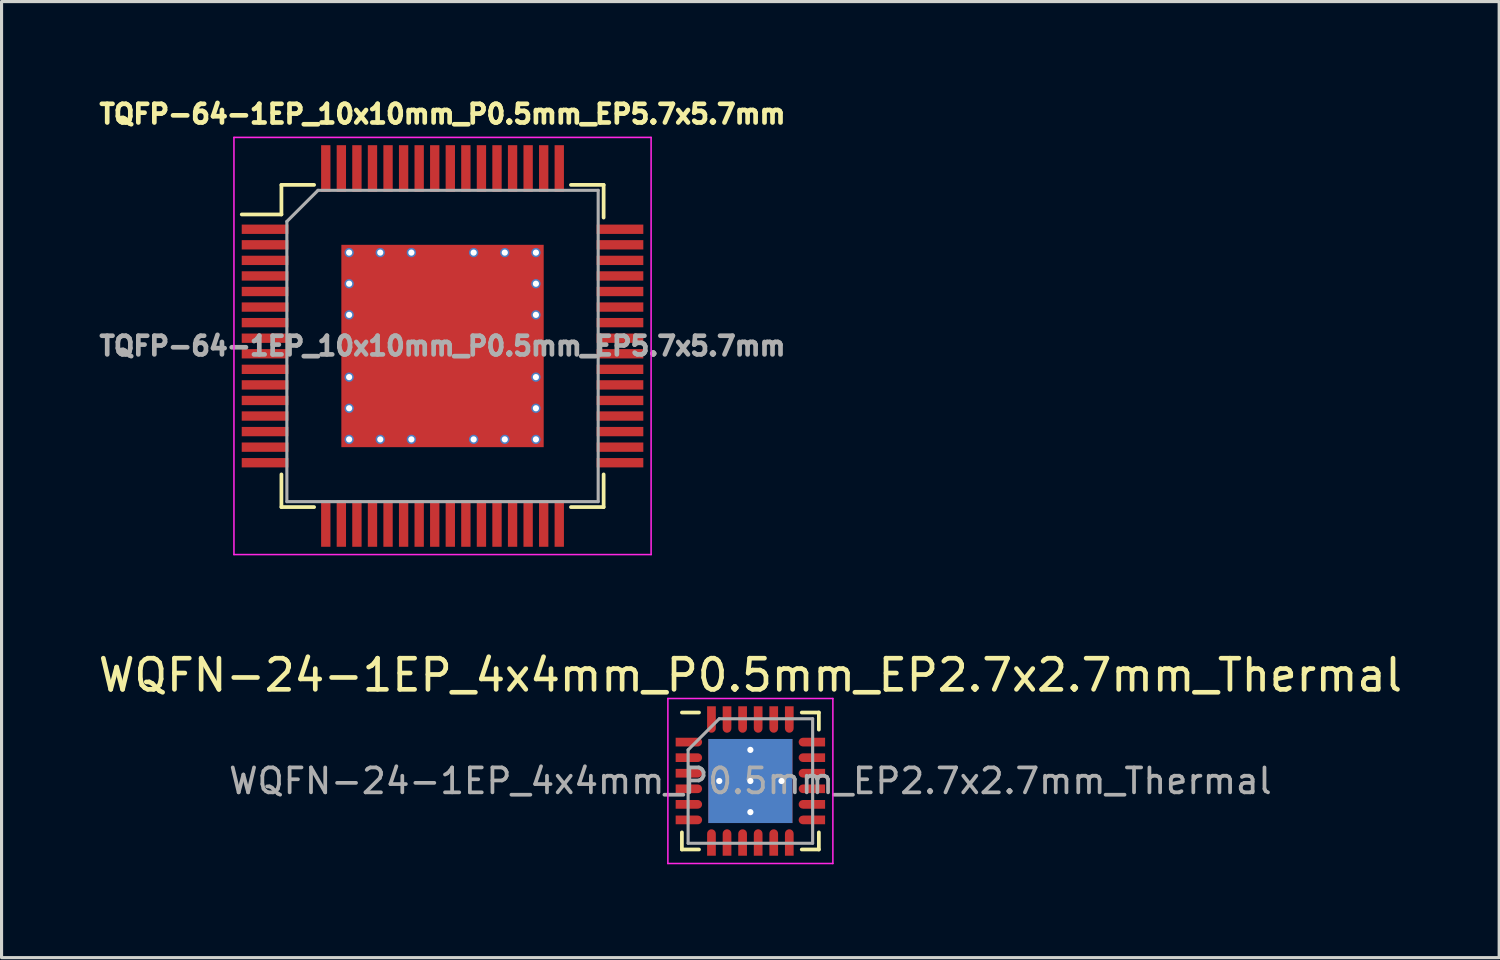
<source format=kicad_pcb>
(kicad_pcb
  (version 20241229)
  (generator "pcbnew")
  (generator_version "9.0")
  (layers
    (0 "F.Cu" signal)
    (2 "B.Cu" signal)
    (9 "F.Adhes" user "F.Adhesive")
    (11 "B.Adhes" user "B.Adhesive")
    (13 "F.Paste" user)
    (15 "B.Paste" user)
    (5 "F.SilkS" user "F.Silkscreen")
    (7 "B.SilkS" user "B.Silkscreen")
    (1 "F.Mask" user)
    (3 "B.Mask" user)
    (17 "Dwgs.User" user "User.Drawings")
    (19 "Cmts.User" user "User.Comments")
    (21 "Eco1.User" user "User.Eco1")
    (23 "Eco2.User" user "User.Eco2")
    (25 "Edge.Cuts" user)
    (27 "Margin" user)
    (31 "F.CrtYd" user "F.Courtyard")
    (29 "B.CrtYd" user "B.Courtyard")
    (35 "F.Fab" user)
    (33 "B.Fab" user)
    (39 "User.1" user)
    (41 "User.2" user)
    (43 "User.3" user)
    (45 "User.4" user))
  (footprint "TQFP-64-1EP_10x10mm_P0.5mm_EP5.7x5.7mm"
    (layer "F.Cu")
    (at 11.165 8.064)
    (property "Reference" "TQFP-64-1EP_10x10mm_P0.5mm_EP5.7x5.7mm" (at 0 -7.45 0) (layer "F.SilkS") (effects (font (size 0.6 0.6) (thickness 0.15))))
    (attr smd)
    (fp_line (start -5.175 -5.175) (end -5.175 -4.225) (stroke (width 0.12) (type solid)) (layer "F.SilkS"))
    (fp_line (start -5.175 -5.175) (end -4.125 -5.175) (stroke (width 0.12) (type solid)) (layer "F.SilkS"))
    (fp_line (start -5.175 -4.225) (end -6.45 -4.225) (stroke (width 0.12) (type solid)) (layer "F.SilkS"))
    (fp_line (start -5.175 5.175) (end -5.175 4.125) (stroke (width 0.12) (type solid)) (layer "F.SilkS"))
    (fp_line (start -5.175 5.175) (end -4.125 5.175) (stroke (width 0.12) (type solid)) (layer "F.SilkS"))
    (fp_line (start 5.175 -5.175) (end 4.125 -5.175) (stroke (width 0.12) (type solid)) (layer "F.SilkS"))
    (fp_line (start 5.175 -5.175) (end 5.175 -4.125) (stroke (width 0.12) (type solid)) (layer "F.SilkS"))
    (fp_line (start 5.175 5.175) (end 4.125 5.175) (stroke (width 0.12) (type solid)) (layer "F.SilkS"))
    (fp_line (start 5.175 5.175) (end 5.175 4.125) (stroke (width 0.12) (type solid)) (layer "F.SilkS"))
    (fp_line (start -6.7 -6.7) (end -6.7 6.7) (stroke (width 0.05) (type solid)) (layer "F.CrtYd"))
    (fp_line (start -6.7 -6.7) (end 6.7 -6.7) (stroke (width 0.05) (type solid)) (layer "F.CrtYd"))
    (fp_line (start -6.7 6.7) (end 6.7 6.7) (stroke (width 0.05) (type solid)) (layer "F.CrtYd"))
    (fp_line (start 6.7 -6.7) (end 6.7 6.7) (stroke (width 0.05) (type solid)) (layer "F.CrtYd"))
    (fp_line (start -5 -4) (end -4 -5) (stroke (width 0.1) (type solid)) (layer "F.Fab"))
    (fp_line (start -5 5) (end -5 -4) (stroke (width 0.1) (type solid)) (layer "F.Fab"))
    (fp_line (start -4 -5) (end 5 -5) (stroke (width 0.1) (type solid)) (layer "F.Fab"))
    (fp_line (start 5 -5) (end 5 5) (stroke (width 0.1) (type solid)) (layer "F.Fab"))
    (fp_line (start 5 5) (end -5 5) (stroke (width 0.1) (type solid)) (layer "F.Fab"))
    (fp_text user "${REFERENCE}" (at 0 0 0) (layer "F.Fab") (effects (font (size 0.6 0.6) (thickness 0.15))))
    (pad "" smd rect (at -1.6 -1.6) (size 1.24 1.24) (layers "F.Paste"))
    (pad "" smd rect (at -1.6 0) (size 1.24 1.24) (layers "F.Paste"))
    (pad "" smd rect (at -1.6 1.6) (size 1.24 1.24) (layers "F.Paste"))
    (pad "" smd rect (at 0 -1.6) (size 1.24 1.24) (layers "F.Paste"))
    (pad "" smd rect (at 0 0) (size 1.24 1.24) (layers "F.Paste"))
    (pad "" smd rect (at 0 1.6) (size 1.24 1.24) (layers "F.Paste"))
    (pad "" smd rect (at 1.6 -1.6) (size 1.24 1.24) (layers "F.Paste"))
    (pad "" smd rect (at 1.6 0) (size 1.24 1.24) (layers "F.Paste"))
    (pad "" smd rect (at 1.6 1.6) (size 1.24 1.24) (layers "F.Paste"))
    (pad "1" smd rect (at -5.7 -3.75) (size 1.5 0.3) (layers "F.Cu" "F.Mask" "F.Paste"))
    (pad "2" smd rect (at -5.7 -3.25) (size 1.5 0.3) (layers "F.Cu" "F.Mask" "F.Paste"))
    (pad "3" smd rect (at -5.7 -2.75) (size 1.5 0.3) (layers "F.Cu" "F.Mask" "F.Paste"))
    (pad "4" smd rect (at -5.7 -2.25) (size 1.5 0.3) (layers "F.Cu" "F.Mask" "F.Paste"))
    (pad "5" smd rect (at -5.7 -1.75) (size 1.5 0.3) (layers "F.Cu" "F.Mask" "F.Paste"))
    (pad "6" smd rect (at -5.7 -1.25) (size 1.5 0.3) (layers "F.Cu" "F.Mask" "F.Paste"))
    (pad "7" smd rect (at -5.7 -0.75) (size 1.5 0.3) (layers "F.Cu" "F.Mask" "F.Paste"))
    (pad "8" smd rect (at -5.7 -0.25) (size 1.5 0.3) (layers "F.Cu" "F.Mask" "F.Paste"))
    (pad "9" smd rect (at -5.7 0.25) (size 1.5 0.3) (layers "F.Cu" "F.Mask" "F.Paste"))
    (pad "10" smd rect (at -5.7 0.75) (size 1.5 0.3) (layers "F.Cu" "F.Mask" "F.Paste"))
    (pad "11" smd rect (at -5.7 1.25) (size 1.5 0.3) (layers "F.Cu" "F.Mask" "F.Paste"))
    (pad "12" smd rect (at -5.7 1.75) (size 1.5 0.3) (layers "F.Cu" "F.Mask" "F.Paste"))
    (pad "13" smd rect (at -5.7 2.25) (size 1.5 0.3) (layers "F.Cu" "F.Mask" "F.Paste"))
    (pad "14" smd rect (at -5.7 2.75) (size 1.5 0.3) (layers "F.Cu" "F.Mask" "F.Paste"))
    (pad "15" smd rect (at -5.7 3.25) (size 1.5 0.3) (layers "F.Cu" "F.Mask" "F.Paste"))
    (pad "16" smd rect (at -5.7 3.75) (size 1.5 0.3) (layers "F.Cu" "F.Mask" "F.Paste"))
    (pad "17" smd rect (at -3.75 5.7 90) (size 1.5 0.3) (layers "F.Cu" "F.Mask" "F.Paste"))
    (pad "18" smd rect (at -3.25 5.7 90) (size 1.5 0.3) (layers "F.Cu" "F.Mask" "F.Paste"))
    (pad "19" smd rect (at -2.75 5.7 90) (size 1.5 0.3) (layers "F.Cu" "F.Mask" "F.Paste"))
    (pad "20" smd rect (at -2.25 5.7 90) (size 1.5 0.3) (layers "F.Cu" "F.Mask" "F.Paste"))
    (pad "21" smd rect (at -1.75 5.7 90) (size 1.5 0.3) (layers "F.Cu" "F.Mask" "F.Paste"))
    (pad "22" smd rect (at -1.25 5.7 90) (size 1.5 0.3) (layers "F.Cu" "F.Mask" "F.Paste"))
    (pad "23" smd rect (at -0.75 5.7 90) (size 1.5 0.3) (layers "F.Cu" "F.Mask" "F.Paste"))
    (pad "24" smd rect (at -0.25 5.7 90) (size 1.5 0.3) (layers "F.Cu" "F.Mask" "F.Paste"))
    (pad "25" smd rect (at 0.25 5.7 90) (size 1.5 0.3) (layers "F.Cu" "F.Mask" "F.Paste"))
    (pad "26" smd rect (at 0.75 5.7 90) (size 1.5 0.3) (layers "F.Cu" "F.Mask" "F.Paste"))
    (pad "27" smd rect (at 1.25 5.7 90) (size 1.5 0.3) (layers "F.Cu" "F.Mask" "F.Paste"))
    (pad "28" smd rect (at 1.75 5.7 90) (size 1.5 0.3) (layers "F.Cu" "F.Mask" "F.Paste"))
    (pad "29" smd rect (at 2.25 5.7 90) (size 1.5 0.3) (layers "F.Cu" "F.Mask" "F.Paste"))
    (pad "30" smd rect (at 2.75 5.7 90) (size 1.5 0.3) (layers "F.Cu" "F.Mask" "F.Paste"))
    (pad "31" smd rect (at 3.25 5.7 90) (size 1.5 0.3) (layers "F.Cu" "F.Mask" "F.Paste"))
    (pad "32" smd rect (at 3.75 5.7 90) (size 1.5 0.3) (layers "F.Cu" "F.Mask" "F.Paste"))
    (pad "33" smd rect (at 5.7 3.75) (size 1.5 0.3) (layers "F.Cu" "F.Mask" "F.Paste"))
    (pad "34" smd rect (at 5.7 3.25) (size 1.5 0.3) (layers "F.Cu" "F.Mask" "F.Paste"))
    (pad "35" smd rect (at 5.7 2.75) (size 1.5 0.3) (layers "F.Cu" "F.Mask" "F.Paste"))
    (pad "36" smd rect (at 5.7 2.25) (size 1.5 0.3) (layers "F.Cu" "F.Mask" "F.Paste"))
    (pad "37" smd rect (at 5.7 1.75) (size 1.5 0.3) (layers "F.Cu" "F.Mask" "F.Paste"))
    (pad "38" smd rect (at 5.7 1.25) (size 1.5 0.3) (layers "F.Cu" "F.Mask" "F.Paste"))
    (pad "39" smd rect (at 5.7 0.75) (size 1.5 0.3) (layers "F.Cu" "F.Mask" "F.Paste"))
    (pad "40" smd rect (at 5.7 0.25) (size 1.5 0.3) (layers "F.Cu" "F.Mask" "F.Paste"))
    (pad "41" smd rect (at 5.7 -0.25) (size 1.5 0.3) (layers "F.Cu" "F.Mask" "F.Paste"))
    (pad "42" smd rect (at 5.7 -0.75) (size 1.5 0.3) (layers "F.Cu" "F.Mask" "F.Paste"))
    (pad "43" smd rect (at 5.7 -1.25) (size 1.5 0.3) (layers "F.Cu" "F.Mask" "F.Paste"))
    (pad "44" smd rect (at 5.7 -1.75) (size 1.5 0.3) (layers "F.Cu" "F.Mask" "F.Paste"))
    (pad "45" smd rect (at 5.7 -2.25) (size 1.5 0.3) (layers "F.Cu" "F.Mask" "F.Paste"))
    (pad "46" smd rect (at 5.7 -2.75) (size 1.5 0.3) (layers "F.Cu" "F.Mask" "F.Paste"))
    (pad "47" smd rect (at 5.7 -3.25) (size 1.5 0.3) (layers "F.Cu" "F.Mask" "F.Paste"))
    (pad "48" smd rect (at 5.7 -3.75) (size 1.5 0.3) (layers "F.Cu" "F.Mask" "F.Paste"))
    (pad "49" smd rect (at 3.75 -5.7 90) (size 1.5 0.3) (layers "F.Cu" "F.Mask" "F.Paste"))
    (pad "50" smd rect (at 3.25 -5.7 90) (size 1.5 0.3) (layers "F.Cu" "F.Mask" "F.Paste"))
    (pad "51" smd rect (at 2.75 -5.7 90) (size 1.5 0.3) (layers "F.Cu" "F.Mask" "F.Paste"))
    (pad "52" smd rect (at 2.25 -5.7 90) (size 1.5 0.3) (layers "F.Cu" "F.Mask" "F.Paste"))
    (pad "53" smd rect (at 1.75 -5.7 90) (size 1.5 0.3) (layers "F.Cu" "F.Mask" "F.Paste"))
    (pad "54" smd rect (at 1.25 -5.7 90) (size 1.5 0.3) (layers "F.Cu" "F.Mask" "F.Paste"))
    (pad "55" smd rect (at 0.75 -5.7 90) (size 1.5 0.3) (layers "F.Cu" "F.Mask" "F.Paste"))
    (pad "56" smd rect (at 0.25 -5.7 90) (size 1.5 0.3) (layers "F.Cu" "F.Mask" "F.Paste"))
    (pad "57" smd rect (at -0.25 -5.7 90) (size 1.5 0.3) (layers "F.Cu" "F.Mask" "F.Paste"))
    (pad "58" smd rect (at -0.75 -5.7 90) (size 1.5 0.3) (layers "F.Cu" "F.Mask" "F.Paste"))
    (pad "59" smd rect (at -1.25 -5.7 90) (size 1.5 0.3) (layers "F.Cu" "F.Mask" "F.Paste"))
    (pad "60" smd rect (at -1.75 -5.7 90) (size 1.5 0.3) (layers "F.Cu" "F.Mask" "F.Paste"))
    (pad "61" smd rect (at -2.25 -5.7 90) (size 1.5 0.3) (layers "F.Cu" "F.Mask" "F.Paste"))
    (pad "62" smd rect (at -2.75 -5.7 90) (size 1.5 0.3) (layers "F.Cu" "F.Mask" "F.Paste"))
    (pad "63" smd rect (at -3.25 -5.7 90) (size 1.5 0.3) (layers "F.Cu" "F.Mask" "F.Paste"))
    (pad "64" smd rect (at -3.75 -5.7 90) (size 1.5 0.3) (layers "F.Cu" "F.Mask" "F.Paste"))
    (pad "65" thru_hole circle (at -3 -3) (size 0.3 0.3) (drill 0.2) (layers "*.Cu"))
    (pad "65" thru_hole circle (at -3 -2) (size 0.3 0.3) (drill 0.2) (layers "*.Cu"))
    (pad "65" thru_hole circle (at -3 -1) (size 0.3 0.3) (drill 0.2) (layers "*.Cu"))
    (pad "65" thru_hole circle (at -3 1) (size 0.3 0.3) (drill 0.2) (layers "*.Cu"))
    (pad "65" thru_hole circle (at -3 2) (size 0.3 0.3) (drill 0.2) (layers "*.Cu"))
    (pad "65" thru_hole circle (at -3 3) (size 0.3 0.3) (drill 0.2) (layers "*.Cu"))
    (pad "65" thru_hole circle (at -2 -3) (size 0.3 0.3) (drill 0.2) (layers "*.Cu"))
    (pad "65" thru_hole circle (at -2 3) (size 0.3 0.3) (drill 0.2) (layers "*.Cu"))
    (pad "65" thru_hole circle (at -1 -3) (size 0.3 0.3) (drill 0.2) (layers "*.Cu"))
    (pad "65" thru_hole circle (at -1 3) (size 0.3 0.3) (drill 0.2) (layers "*.Cu"))
    (pad "65" smd rect (at 0 0) (size 5.7 5.7) (layers "F.Cu" "F.Mask"))
    (pad "65" smd rect (at 0 0) (size 6.5 6.5) (layers "F.Cu"))
    (pad "65" thru_hole circle (at 1 -3) (size 0.3 0.3) (drill 0.2) (layers "*.Cu"))
    (pad "65" thru_hole circle (at 1 3) (size 0.3 0.3) (drill 0.2) (layers "*.Cu"))
    (pad "65" thru_hole circle (at 2 -3) (size 0.3 0.3) (drill 0.2) (layers "*.Cu"))
    (pad "65" thru_hole circle (at 2 3) (size 0.3 0.3) (drill 0.2) (layers "*.Cu"))
    (pad "65" thru_hole circle (at 3 -3) (size 0.3 0.3) (drill 0.2) (layers "*.Cu"))
    (pad "65" thru_hole circle (at 3 -2) (size 0.3 0.3) (drill 0.2) (layers "*.Cu"))
    (pad "65" thru_hole circle (at 3 -1) (size 0.3 0.3) (drill 0.2) (layers "*.Cu"))
    (pad "65" thru_hole circle (at 3 1) (size 0.3 0.3) (drill 0.2) (layers "*.Cu"))
    (pad "65" thru_hole circle (at 3 2) (size 0.3 0.3) (drill 0.2) (layers "*.Cu"))
    (pad "65" thru_hole circle (at 3 3) (size 0.3 0.3) (drill 0.2) (layers "*.Cu")))
  (footprint "WQFN-24-1EP_4x4mm_P0.5mm_EP2.7x2.7mm_Thermal"
    (layer "F.Cu")
    (at 21.054 22.038)
    (property "Reference" "WQFN-24-1EP_4x4mm_P0.5mm_EP2.7x2.7mm_Thermal" (at 0 -3.4 0) (layer "F.SilkS") (effects (font (size 1 1) (thickness 0.15))))
    (attr smd)
    (fp_line (start -2.2 -2.2) (end -1.65 -2.2) (stroke (width 0.12) (type solid)) (layer "F.SilkS"))
    (fp_line (start -2.2 1.65) (end -2.2 2.2) (stroke (width 0.12) (type solid)) (layer "F.SilkS"))
    (fp_line (start -2.2 2.2) (end -1.65 2.2) (stroke (width 0.12) (type solid)) (layer "F.SilkS"))
    (fp_line (start 1.65 2.2) (end 2.2 2.2) (stroke (width 0.12) (type solid)) (layer "F.SilkS"))
    (fp_line (start 2.2 -2.2) (end 1.65 -2.2) (stroke (width 0.12) (type solid)) (layer "F.SilkS"))
    (fp_line (start 2.2 -1.65) (end 2.2 -2.2) (stroke (width 0.12) (type solid)) (layer "F.SilkS"))
    (fp_line (start 2.2 2.2) (end 2.2 1.65) (stroke (width 0.12) (type solid)) (layer "F.SilkS"))
    (fp_line (start -2.65 -2.65) (end 2.65 -2.65) (stroke (width 0.05) (type solid)) (layer "F.CrtYd"))
    (fp_line (start -2.65 2.65) (end -2.65 -2.65) (stroke (width 0.05) (type solid)) (layer "F.CrtYd"))
    (fp_line (start 2.65 -2.65) (end 2.65 2.65) (stroke (width 0.05) (type solid)) (layer "F.CrtYd"))
    (fp_line (start 2.65 2.65) (end -2.65 2.65) (stroke (width 0.05) (type solid)) (layer "F.CrtYd"))
    (fp_line (start -2 2) (end -2 -1) (stroke (width 0.1) (type solid)) (layer "F.Fab"))
    (fp_line (start -1 -2) (end -2 -1) (stroke (width 0.1) (type solid)) (layer "F.Fab"))
    (fp_line (start -1 -2) (end 2 -2) (stroke (width 0.1) (type solid)) (layer "F.Fab"))
    (fp_line (start 2 -2) (end 2 2) (stroke (width 0.1) (type solid)) (layer "F.Fab"))
    (fp_line (start 2 2) (end -2 2) (stroke (width 0.1) (type solid)) (layer "F.Fab"))
    (fp_text user "${REFERENCE}" (at 0 0 0) (layer "F.Fab") (effects (font (size 0.8 0.8) (thickness 0.12))))
    (pad "" smd rect (at -0.7 -0.7) (size 1.1 1.1) (layers "F.Paste"))
    (pad "" smd rect (at -0.7 0.7) (size 1.1 1.1) (layers "F.Paste"))
    (pad "" smd rect (at 0.7 -0.7) (size 1.1 1.1) (layers "F.Paste"))
    (pad "" smd rect (at 0.7 0.7) (size 1.1 1.1) (layers "F.Paste"))
    (pad "1" smd custom (at -1.69 -1.25 270) (size 0.28 0.28) (layers "F.Cu" "F.Mask" "F.Paste") (options (anchor circle)) (primitives (gr_poly (pts (xy -0.14 0) (xy 0.14 0) (xy 0.14 0.71) (xy -0.14 0.71)) (width 0) (fill yes))))
    (pad "2" smd custom (at -1.69 -0.75 270) (size 0.28 0.28) (layers "F.Cu" "F.Mask" "F.Paste") (options (anchor circle)) (primitives (gr_poly (pts (xy -0.14 0) (xy 0.14 0) (xy 0.14 0.71) (xy -0.14 0.71)) (width 0) (fill yes))))
    (pad "3" smd custom (at -1.69 -0.25 270) (size 0.28 0.28) (layers "F.Cu" "F.Mask" "F.Paste") (options (anchor circle)) (primitives (gr_poly (pts (xy -0.14 0) (xy 0.14 0) (xy 0.14 0.71) (xy -0.14 0.71)) (width 0) (fill yes))))
    (pad "4" smd custom (at -1.69 0.25 270) (size 0.28 0.28) (layers "F.Cu" "F.Mask" "F.Paste") (options (anchor circle)) (primitives (gr_poly (pts (xy -0.14 0) (xy 0.14 0) (xy 0.14 0.71) (xy -0.14 0.71)) (width 0) (fill yes))))
    (pad "5" smd custom (at -1.69 0.75 270) (size 0.28 0.28) (layers "F.Cu" "F.Mask" "F.Paste") (options (anchor circle)) (primitives (gr_poly (pts (xy -0.14 0) (xy 0.14 0) (xy 0.14 0.71) (xy -0.14 0.71)) (width 0) (fill yes))))
    (pad "6" smd custom (at -1.69 1.25 270) (size 0.28 0.28) (layers "F.Cu" "F.Mask" "F.Paste") (options (anchor circle)) (primitives (gr_poly (pts (xy -0.14 0) (xy 0.14 0) (xy 0.14 0.71) (xy -0.14 0.71)) (width 0) (fill yes))))
    (pad "7" smd custom (at -1.25 1.69) (size 0.28 0.28) (layers "F.Cu" "F.Mask" "F.Paste") (options (anchor circle)) (primitives (gr_poly (pts (xy -0.14 0) (xy 0.14 0) (xy 0.14 0.71) (xy -0.14 0.71)) (width 0) (fill yes))))
    (pad "8" smd custom (at -0.75 1.69) (size 0.28 0.28) (layers "F.Cu" "F.Mask" "F.Paste") (options (anchor circle)) (primitives (gr_poly (pts (xy -0.14 0) (xy 0.14 0) (xy 0.14 0.71) (xy -0.14 0.71)) (width 0) (fill yes))))
    (pad "9" smd custom (at -0.25 1.69) (size 0.28 0.28) (layers "F.Cu" "F.Mask" "F.Paste") (options (anchor circle)) (primitives (gr_poly (pts (xy -0.14 0) (xy 0.14 0) (xy 0.14 0.71) (xy -0.14 0.71)) (width 0) (fill yes))))
    (pad "10" smd custom (at 0.25 1.69) (size 0.28 0.28) (layers "F.Cu" "F.Mask" "F.Paste") (options (anchor circle)) (primitives (gr_poly (pts (xy -0.14 0) (xy 0.14 0) (xy 0.14 0.71) (xy -0.14 0.71)) (width 0) (fill yes))))
    (pad "11" smd custom (at 0.75 1.69) (size 0.28 0.28) (layers "F.Cu" "F.Mask" "F.Paste") (options (anchor circle)) (primitives (gr_poly (pts (xy -0.14 0) (xy 0.14 0) (xy 0.14 0.71) (xy -0.14 0.71)) (width 0) (fill yes))))
    (pad "12" smd custom (at 1.25 1.69) (size 0.28 0.28) (layers "F.Cu" "F.Mask" "F.Paste") (options (anchor circle)) (primitives (gr_poly (pts (xy -0.14 0) (xy 0.14 0) (xy 0.14 0.71) (xy -0.14 0.71)) (width 0) (fill yes))))
    (pad "13" smd custom (at 1.69 1.25 90) (size 0.28 0.28) (layers "F.Cu" "F.Mask" "F.Paste") (options (anchor circle)) (primitives (gr_poly (pts (xy -0.14 0) (xy 0.14 0) (xy 0.14 0.71) (xy -0.14 0.71)) (width 0) (fill yes))))
    (pad "14" smd custom (at 1.69 0.75 90) (size 0.28 0.28) (layers "F.Cu" "F.Mask" "F.Paste") (options (anchor circle)) (primitives (gr_poly (pts (xy -0.14 0) (xy 0.14 0) (xy 0.14 0.71) (xy -0.14 0.71)) (width 0) (fill yes))))
    (pad "15" smd custom (at 1.69 0.25 90) (size 0.28 0.28) (layers "F.Cu" "F.Mask" "F.Paste") (options (anchor circle)) (primitives (gr_poly (pts (xy -0.14 0) (xy 0.14 0) (xy 0.14 0.71) (xy -0.14 0.71)) (width 0) (fill yes))))
    (pad "16" smd custom (at 1.69 -0.25 90) (size 0.28 0.28) (layers "F.Cu" "F.Mask" "F.Paste") (options (anchor circle)) (primitives (gr_poly (pts (xy -0.14 0) (xy 0.14 0) (xy 0.14 0.71) (xy -0.14 0.71)) (width 0) (fill yes))))
    (pad "17" smd custom (at 1.69 -0.75 90) (size 0.28 0.28) (layers "F.Cu" "F.Mask" "F.Paste") (options (anchor circle)) (primitives (gr_poly (pts (xy -0.14 0) (xy 0.14 0) (xy 0.14 0.71) (xy -0.14 0.71)) (width 0) (fill yes))))
    (pad "18" smd custom (at 1.69 -1.25 90) (size 0.28 0.28) (layers "F.Cu" "F.Mask" "F.Paste") (options (anchor circle)) (primitives (gr_poly (pts (xy -0.14 0) (xy 0.14 0) (xy 0.14 0.71) (xy -0.14 0.71)) (width 0) (fill yes))))
    (pad "19" smd custom (at 1.25 -1.69 180) (size 0.28 0.28) (layers "F.Cu" "F.Mask" "F.Paste") (options (anchor circle)) (primitives (gr_poly (pts (xy -0.14 0) (xy 0.14 0) (xy 0.14 0.71) (xy -0.14 0.71)) (width 0) (fill yes))))
    (pad "20" smd custom (at 0.75 -1.69 180) (size 0.28 0.28) (layers "F.Cu" "F.Mask" "F.Paste") (options (anchor circle)) (primitives (gr_poly (pts (xy -0.14 0) (xy 0.14 0) (xy 0.14 0.71) (xy -0.14 0.71)) (width 0) (fill yes))))
    (pad "21" smd custom (at 0.25 -1.69 180) (size 0.28 0.28) (layers "F.Cu" "F.Mask" "F.Paste") (options (anchor circle)) (primitives (gr_poly (pts (xy -0.14 0) (xy 0.14 0) (xy 0.14 0.71) (xy -0.14 0.71)) (width 0) (fill yes))))
    (pad "22" smd custom (at -0.25 -1.69 180) (size 0.28 0.28) (layers "F.Cu" "F.Mask" "F.Paste") (options (anchor circle)) (primitives (gr_poly (pts (xy -0.14 0) (xy 0.14 0) (xy 0.14 0.71) (xy -0.14 0.71)) (width 0) (fill yes))))
    (pad "23" smd custom (at -0.75 -1.69 180) (size 0.28 0.28) (layers "F.Cu" "F.Mask" "F.Paste") (options (anchor circle)) (primitives (gr_poly (pts (xy -0.14 0) (xy 0.14 0) (xy 0.14 0.71) (xy -0.14 0.71)) (width 0) (fill yes))))
    (pad "24" smd custom (at -1.25 -1.69 180) (size 0.28 0.28) (layers "F.Cu" "F.Mask" "F.Paste") (options (anchor circle)) (primitives (gr_poly (pts (xy -0.14 0) (xy 0.14 0) (xy 0.14 0.71) (xy -0.14 0.71)) (width 0) (fill yes))))
    (pad "25" thru_hole circle (at -1 0) (size 0.5 0.5) (drill 0.2) (layers "*.Cu" "F.Mask"))
    (pad "25" thru_hole circle (at 0 -1) (size 0.5 0.5) (drill 0.2) (layers "*.Cu" "F.Mask"))
    (pad "25" thru_hole circle (at 0 0) (size 0.5 0.5) (drill 0.2) (layers "*.Cu" "F.Mask"))
    (pad "25" smd rect (at 0 0) (size 2.7 2.7) (layers "F.Cu" "F.Mask"))
    (pad "25" smd rect (at 0 0) (size 2.7 2.7) (layers "B.Cu"))
    (pad "25" thru_hole circle (at 0 1) (size 0.5 0.5) (drill 0.2) (layers "*.Cu" "F.Mask"))
    (pad "25" thru_hole circle (at 1 0) (size 0.5 0.5) (drill 0.2) (layers "*.Cu" "F.Mask")))
  (gr_rect
    (start -3 -3)
    (end 45.107 27.712)
    (stroke (width 0.1) (type default))
    (fill no)
    (layer "Edge.Cuts")))
</source>
